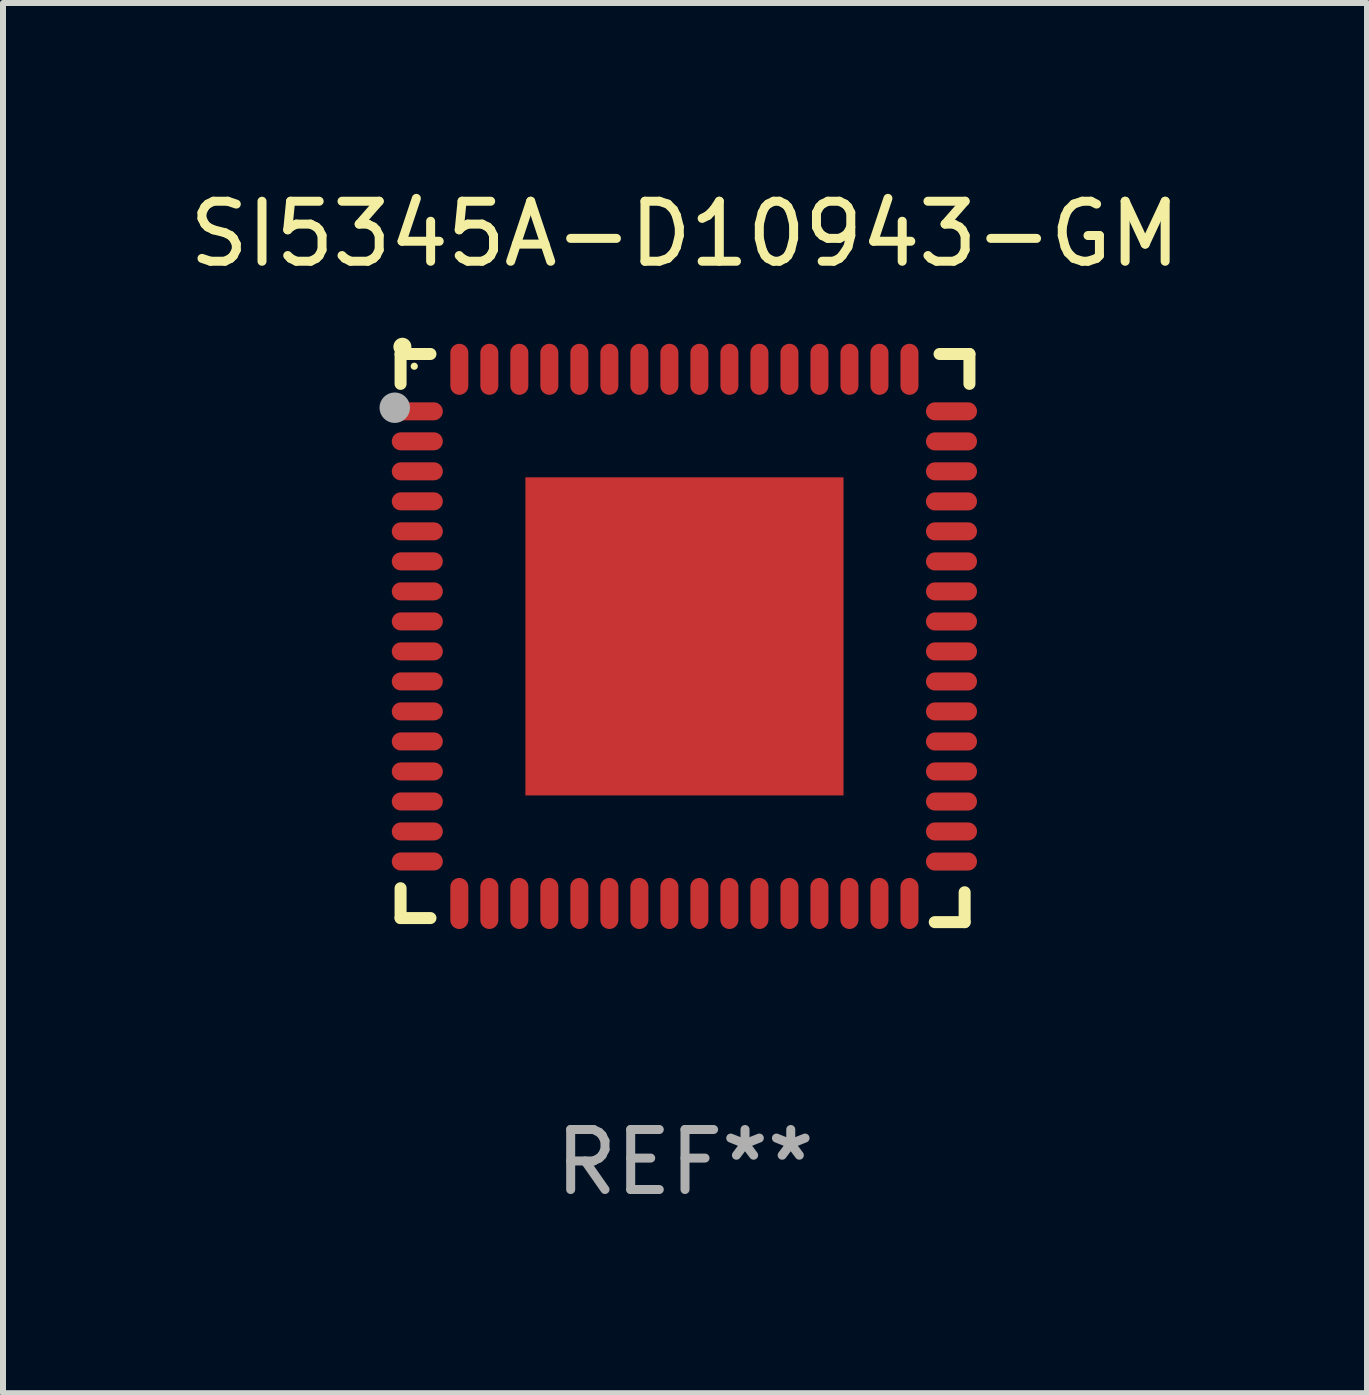
<source format=kicad_pcb>
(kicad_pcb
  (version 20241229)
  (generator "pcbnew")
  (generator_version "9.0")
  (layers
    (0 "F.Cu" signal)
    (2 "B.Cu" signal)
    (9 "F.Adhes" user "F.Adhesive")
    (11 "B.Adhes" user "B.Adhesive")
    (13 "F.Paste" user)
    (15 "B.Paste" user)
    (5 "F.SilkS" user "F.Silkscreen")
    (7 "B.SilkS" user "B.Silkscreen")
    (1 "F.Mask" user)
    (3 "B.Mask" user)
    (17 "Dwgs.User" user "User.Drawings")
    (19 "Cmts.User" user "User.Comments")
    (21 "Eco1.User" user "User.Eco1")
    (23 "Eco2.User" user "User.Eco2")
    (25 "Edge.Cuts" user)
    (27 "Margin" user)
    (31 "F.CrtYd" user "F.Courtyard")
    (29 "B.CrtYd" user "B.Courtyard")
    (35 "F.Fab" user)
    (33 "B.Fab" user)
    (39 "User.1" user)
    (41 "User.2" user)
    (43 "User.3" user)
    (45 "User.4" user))
  (footprint "SI5345A-D10943-GM"
    (layer "F.Cu")
    (at 8.363 7.581)
    (property "Reference" "SI5345A-D10943-GM" (at 0 -6.733 0) (layer "F.SilkS") (effects (font (size 1 1) (thickness 0.15))))
    (attr through_hole)
    (fp_line (start -4.739 -4.733) (end -4.241 -4.733) (stroke (width 0.2) (type solid)) (layer "F.SilkS"))
    (fp_line (start -4.739 -4.235) (end -4.739 -4.733) (stroke (width 0.2) (type solid)) (layer "F.SilkS"))
    (fp_line (start -4.739 4.168) (end -4.739 4.665) (stroke (width 0.2) (type solid)) (layer "F.SilkS"))
    (fp_line (start -4.739 4.665) (end -4.241 4.665) (stroke (width 0.2) (type solid)) (layer "F.SilkS"))
    (fp_line (start 4.161 4.733) (end 4.659 4.733) (stroke (width 0.2) (type solid)) (layer "F.SilkS"))
    (fp_line (start 4.241 -4.733) (end 4.739 -4.733) (stroke (width 0.2) (type solid)) (layer "F.SilkS"))
    (fp_line (start 4.659 4.733) (end 4.659 4.235) (stroke (width 0.2) (type solid)) (layer "F.SilkS"))
    (fp_line (start 4.739 -4.733) (end 4.739 -4.235) (stroke (width 0.2) (type solid)) (layer "F.SilkS"))
    (fp_arc (start -4.708623 -4.85108) (mid -4.708628 -4.85235) (end -4.708623 -4.85362) (stroke (width 0.3) (type solid)) (layer "F.SilkS"))
    (fp_circle (center -4.511 -4.529) (end -4.481 -4.529) (stroke (width 0.06) (type solid)) (fill no) (layer "F.SilkS"))
    (fp_circle (center -4.836 -3.838) (end -4.709 -3.838) (stroke (width 0.254) (type solid)) (fill no) (layer "F.Fab"))
    (fp_text user "REF**" (at 0 8.733 0) (layer "F.Fab") (effects (font (size 1 1) (thickness 0.15))))
    (pad "1" smd oval (at -4.46 -3.778) (size 0.85 0.3) (layers "F.Cu" "F.Mask" "F.Paste"))
    (pad "2" smd oval (at -4.46 -3.278) (size 0.85 0.3) (layers "F.Cu" "F.Mask" "F.Paste"))
    (pad "3" smd oval (at -4.46 -2.778) (size 0.85 0.3) (layers "F.Cu" "F.Mask" "F.Paste"))
    (pad "4" smd oval (at -4.46 -2.278) (size 0.85 0.3) (layers "F.Cu" "F.Mask" "F.Paste"))
    (pad "5" smd oval (at -4.46 -1.778) (size 0.85 0.3) (layers "F.Cu" "F.Mask" "F.Paste"))
    (pad "6" smd oval (at -4.46 -1.278) (size 0.85 0.3) (layers "F.Cu" "F.Mask" "F.Paste"))
    (pad "7" smd oval (at -4.46 -0.778) (size 0.85 0.3) (layers "F.Cu" "F.Mask" "F.Paste"))
    (pad "8" smd oval (at -4.46 -0.278) (size 0.85 0.3) (layers "F.Cu" "F.Mask" "F.Paste"))
    (pad "9" smd oval (at -4.46 0.222) (size 0.85 0.3) (layers "F.Cu" "F.Mask" "F.Paste"))
    (pad "10" smd oval (at -4.46 0.722) (size 0.85 0.3) (layers "F.Cu" "F.Mask" "F.Paste"))
    (pad "11" smd oval (at -4.46 1.222) (size 0.85 0.3) (layers "F.Cu" "F.Mask" "F.Paste"))
    (pad "12" smd oval (at -4.46 1.722) (size 0.85 0.3) (layers "F.Cu" "F.Mask" "F.Paste"))
    (pad "13" smd oval (at -4.46 2.222) (size 0.85 0.3) (layers "F.Cu" "F.Mask" "F.Paste"))
    (pad "14" smd oval (at -4.46 2.722) (size 0.85 0.3) (layers "F.Cu" "F.Mask" "F.Paste"))
    (pad "15" smd oval (at -4.46 3.222) (size 0.85 0.3) (layers "F.Cu" "F.Mask" "F.Paste"))
    (pad "16" smd oval (at -4.46 3.722) (size 0.85 0.3) (layers "F.Cu" "F.Mask" "F.Paste"))
    (pad "17" smd oval (at -3.76 4.422) (size 0.3 0.85) (layers "F.Cu" "F.Mask" "F.Paste"))
    (pad "18" smd oval (at -3.26 4.422) (size 0.3 0.85) (layers "F.Cu" "F.Mask" "F.Paste"))
    (pad "19" smd oval (at -2.76 4.422) (size 0.3 0.85) (layers "F.Cu" "F.Mask" "F.Paste"))
    (pad "20" smd oval (at -2.26 4.422) (size 0.3 0.85) (layers "F.Cu" "F.Mask" "F.Paste"))
    (pad "21" smd oval (at -1.76 4.422) (size 0.3 0.85) (layers "F.Cu" "F.Mask" "F.Paste"))
    (pad "22" smd oval (at -1.26 4.422) (size 0.3 0.85) (layers "F.Cu" "F.Mask" "F.Paste"))
    (pad "23" smd oval (at -0.76 4.422) (size 0.3 0.85) (layers "F.Cu" "F.Mask" "F.Paste"))
    (pad "24" smd oval (at -0.26 4.422) (size 0.3 0.85) (layers "F.Cu" "F.Mask" "F.Paste"))
    (pad "25" smd oval (at 0.24 4.422) (size 0.3 0.85) (layers "F.Cu" "F.Mask" "F.Paste"))
    (pad "26" smd oval (at 0.74 4.422) (size 0.3 0.85) (layers "F.Cu" "F.Mask" "F.Paste"))
    (pad "27" smd oval (at 1.24 4.422) (size 0.3 0.85) (layers "F.Cu" "F.Mask" "F.Paste"))
    (pad "28" smd oval (at 1.74 4.422) (size 0.3 0.85) (layers "F.Cu" "F.Mask" "F.Paste"))
    (pad "29" smd oval (at 2.24 4.422) (size 0.3 0.85) (layers "F.Cu" "F.Mask" "F.Paste"))
    (pad "30" smd oval (at 2.74 4.422) (size 0.3 0.85) (layers "F.Cu" "F.Mask" "F.Paste"))
    (pad "31" smd oval (at 3.24 4.422) (size 0.3 0.85) (layers "F.Cu" "F.Mask" "F.Paste"))
    (pad "32" smd oval (at 3.74 4.422) (size 0.3 0.85) (layers "F.Cu" "F.Mask" "F.Paste"))
    (pad "33" smd oval (at 4.44 3.723) (size 0.85 0.3) (layers "F.Cu" "F.Mask" "F.Paste"))
    (pad "34" smd oval (at 4.44 3.222) (size 0.85 0.3) (layers "F.Cu" "F.Mask" "F.Paste"))
    (pad "35" smd oval (at 4.44 2.723) (size 0.85 0.3) (layers "F.Cu" "F.Mask" "F.Paste"))
    (pad "36" smd oval (at 4.44 2.222) (size 0.85 0.3) (layers "F.Cu" "F.Mask" "F.Paste"))
    (pad "37" smd oval (at 4.44 1.723) (size 0.85 0.3) (layers "F.Cu" "F.Mask" "F.Paste"))
    (pad "38" smd oval (at 4.44 1.222) (size 0.85 0.3) (layers "F.Cu" "F.Mask" "F.Paste"))
    (pad "39" smd oval (at 4.44 0.723) (size 0.85 0.3) (layers "F.Cu" "F.Mask" "F.Paste"))
    (pad "40" smd oval (at 4.44 0.222) (size 0.85 0.3) (layers "F.Cu" "F.Mask" "F.Paste"))
    (pad "41" smd oval (at 4.44 -0.277) (size 0.85 0.3) (layers "F.Cu" "F.Mask" "F.Paste"))
    (pad "42" smd oval (at 4.44 -0.778) (size 0.85 0.3) (layers "F.Cu" "F.Mask" "F.Paste"))
    (pad "43" smd oval (at 4.44 -1.277) (size 0.85 0.3) (layers "F.Cu" "F.Mask" "F.Paste"))
    (pad "44" smd oval (at 4.44 -1.778) (size 0.85 0.3) (layers "F.Cu" "F.Mask" "F.Paste"))
    (pad "45" smd oval (at 4.44 -2.277) (size 0.85 0.3) (layers "F.Cu" "F.Mask" "F.Paste"))
    (pad "46" smd oval (at 4.44 -2.778) (size 0.85 0.3) (layers "F.Cu" "F.Mask" "F.Paste"))
    (pad "47" smd oval (at 4.44 -3.277) (size 0.85 0.3) (layers "F.Cu" "F.Mask" "F.Paste"))
    (pad "48" smd oval (at 4.44 -3.778) (size 0.85 0.3) (layers "F.Cu" "F.Mask" "F.Paste"))
    (pad "49" smd oval (at 3.74 -4.478) (size 0.3 0.85) (layers "F.Cu" "F.Mask" "F.Paste"))
    (pad "50" smd oval (at 3.24 -4.478) (size 0.3 0.85) (layers "F.Cu" "F.Mask" "F.Paste"))
    (pad "51" smd oval (at 2.74 -4.478) (size 0.3 0.85) (layers "F.Cu" "F.Mask" "F.Paste"))
    (pad "52" smd oval (at 2.24 -4.478) (size 0.3 0.85) (layers "F.Cu" "F.Mask" "F.Paste"))
    (pad "53" smd oval (at 1.74 -4.478) (size 0.3 0.85) (layers "F.Cu" "F.Mask" "F.Paste"))
    (pad "54" smd oval (at 1.24 -4.478) (size 0.3 0.85) (layers "F.Cu" "F.Mask" "F.Paste"))
    (pad "55" smd oval (at 0.74 -4.478) (size 0.3 0.85) (layers "F.Cu" "F.Mask" "F.Paste"))
    (pad "56" smd oval (at 0.24 -4.478) (size 0.3 0.85) (layers "F.Cu" "F.Mask" "F.Paste"))
    (pad "57" smd oval (at -0.26 -4.478) (size 0.3 0.85) (layers "F.Cu" "F.Mask" "F.Paste"))
    (pad "58" smd oval (at -0.76 -4.478) (size 0.3 0.85) (layers "F.Cu" "F.Mask" "F.Paste"))
    (pad "59" smd oval (at -1.26 -4.478) (size 0.3 0.85) (layers "F.Cu" "F.Mask" "F.Paste"))
    (pad "60" smd oval (at -1.76 -4.478) (size 0.3 0.85) (layers "F.Cu" "F.Mask" "F.Paste"))
    (pad "61" smd oval (at -2.26 -4.478) (size 0.3 0.85) (layers "F.Cu" "F.Mask" "F.Paste"))
    (pad "62" smd oval (at -2.76 -4.478) (size 0.3 0.85) (layers "F.Cu" "F.Mask" "F.Paste"))
    (pad "63" smd oval (at -3.26 -4.478) (size 0.3 0.85) (layers "F.Cu" "F.Mask" "F.Paste"))
    (pad "64" smd oval (at -3.76 -4.478) (size 0.3 0.85) (layers "F.Cu" "F.Mask" "F.Paste"))
    (pad "65" smd rect (at -0.009 -0.028 90) (size 5.3 5.3) (layers "F.Cu" "F.Mask" "F.Paste")))
  (gr_rect
    (start -3 -3)
    (end 19.726 20.162)
    (stroke (width 0.1) (type default))
    (fill no)
    (layer "Edge.Cuts")))
</source>
